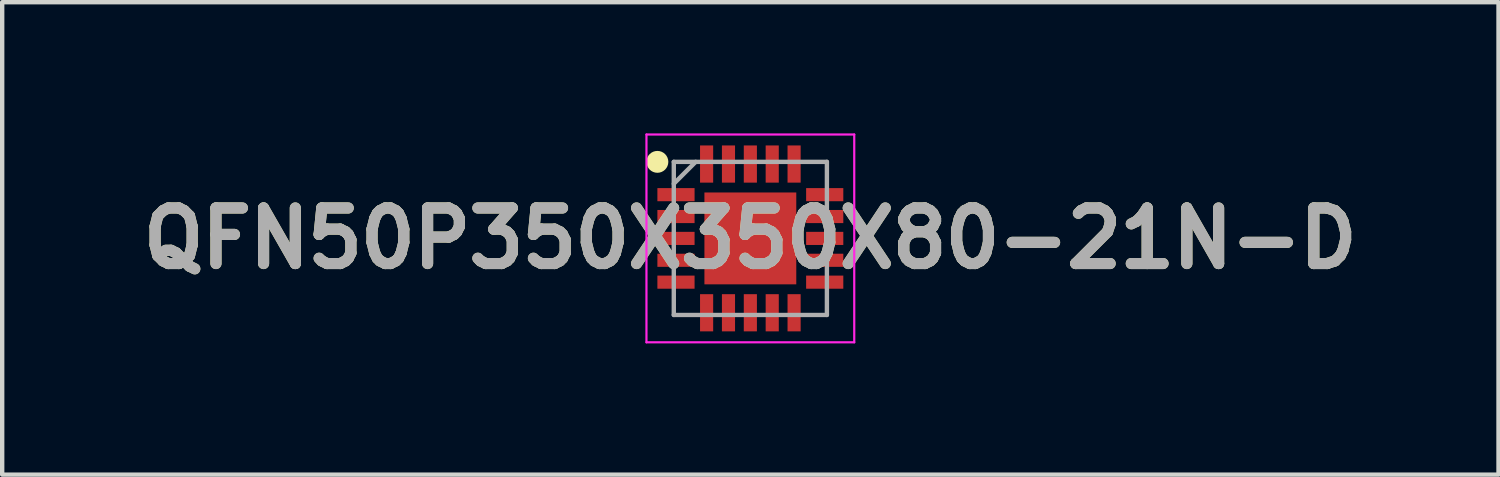
<source format=kicad_pcb>
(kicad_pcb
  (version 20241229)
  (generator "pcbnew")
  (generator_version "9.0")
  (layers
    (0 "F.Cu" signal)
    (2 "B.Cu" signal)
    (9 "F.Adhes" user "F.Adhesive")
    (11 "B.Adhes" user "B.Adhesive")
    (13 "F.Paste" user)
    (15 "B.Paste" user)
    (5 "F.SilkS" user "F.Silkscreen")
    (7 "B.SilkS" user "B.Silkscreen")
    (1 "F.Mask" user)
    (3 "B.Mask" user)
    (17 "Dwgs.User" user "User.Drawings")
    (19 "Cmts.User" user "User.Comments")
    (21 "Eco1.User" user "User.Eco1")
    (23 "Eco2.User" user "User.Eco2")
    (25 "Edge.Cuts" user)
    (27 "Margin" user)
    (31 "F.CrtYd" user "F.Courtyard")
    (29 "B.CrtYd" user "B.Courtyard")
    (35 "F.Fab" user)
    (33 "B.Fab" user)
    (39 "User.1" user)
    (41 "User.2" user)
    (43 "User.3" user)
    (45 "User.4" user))
  (footprint "QFN50P350X350X80-21N-D"
    (layer "F.Cu")
    (at 14.103 2.4)
    (property "Reference" "QFN50P350X350X80-21N-D" (at 0 0 0) (layer "F.SilkS") (effects (font (size 1.27 1.27) (thickness 0.254))))
    (attr smd)
    (fp_circle (center -2.125 -1.75) (end -2.125 -1.625) (stroke (width 0.25) (type solid)) (fill no) (layer "F.SilkS"))
    (fp_line (start -2.375 -2.375) (end 2.375 -2.375) (stroke (width 0.05) (type solid)) (layer "F.CrtYd"))
    (fp_line (start -2.375 2.375) (end -2.375 -2.375) (stroke (width 0.05) (type solid)) (layer "F.CrtYd"))
    (fp_line (start 2.375 -2.375) (end 2.375 2.375) (stroke (width 0.05) (type solid)) (layer "F.CrtYd"))
    (fp_line (start 2.375 2.375) (end -2.375 2.375) (stroke (width 0.05) (type solid)) (layer "F.CrtYd"))
    (fp_line (start -1.75 -1.75) (end 1.75 -1.75) (stroke (width 0.1) (type solid)) (layer "F.Fab"))
    (fp_line (start -1.75 -1.25) (end -1.25 -1.75) (stroke (width 0.1) (type solid)) (layer "F.Fab"))
    (fp_line (start -1.75 1.75) (end -1.75 -1.75) (stroke (width 0.1) (type solid)) (layer "F.Fab"))
    (fp_line (start 1.75 -1.75) (end 1.75 1.75) (stroke (width 0.1) (type solid)) (layer "F.Fab"))
    (fp_line (start 1.75 1.75) (end -1.75 1.75) (stroke (width 0.1) (type solid)) (layer "F.Fab"))
    (fp_text user "${REFERENCE}" (at 0 0 0) (layer "F.Fab") (effects (font (size 1.27 1.27) (thickness 0.254))))
    (pad "1" smd rect (at -1.7 -1 90) (size 0.3 0.85) (layers "F.Cu" "F.Mask" "F.Paste"))
    (pad "2" smd rect (at -1.7 -0.5 90) (size 0.3 0.85) (layers "F.Cu" "F.Mask" "F.Paste"))
    (pad "3" smd rect (at -1.7 0 90) (size 0.3 0.85) (layers "F.Cu" "F.Mask" "F.Paste"))
    (pad "4" smd rect (at -1.7 0.5 90) (size 0.3 0.85) (layers "F.Cu" "F.Mask" "F.Paste"))
    (pad "5" smd rect (at -1.7 1 90) (size 0.3 0.85) (layers "F.Cu" "F.Mask" "F.Paste"))
    (pad "6" smd rect (at -1 1.7) (size 0.3 0.85) (layers "F.Cu" "F.Mask" "F.Paste"))
    (pad "7" smd rect (at -0.5 1.7) (size 0.3 0.85) (layers "F.Cu" "F.Mask" "F.Paste"))
    (pad "8" smd rect (at 0 1.7) (size 0.3 0.85) (layers "F.Cu" "F.Mask" "F.Paste"))
    (pad "9" smd rect (at 0.5 1.7) (size 0.3 0.85) (layers "F.Cu" "F.Mask" "F.Paste"))
    (pad "10" smd rect (at 1 1.7) (size 0.3 0.85) (layers "F.Cu" "F.Mask" "F.Paste"))
    (pad "11" smd rect (at 1.7 1 90) (size 0.3 0.85) (layers "F.Cu" "F.Mask" "F.Paste"))
    (pad "12" smd rect (at 1.7 0.5 90) (size 0.3 0.85) (layers "F.Cu" "F.Mask" "F.Paste"))
    (pad "13" smd rect (at 1.7 0 90) (size 0.3 0.85) (layers "F.Cu" "F.Mask" "F.Paste"))
    (pad "14" smd rect (at 1.7 -0.5 90) (size 0.3 0.85) (layers "F.Cu" "F.Mask" "F.Paste"))
    (pad "15" smd rect (at 1.7 -1 90) (size 0.3 0.85) (layers "F.Cu" "F.Mask" "F.Paste"))
    (pad "16" smd rect (at 1 -1.7) (size 0.3 0.85) (layers "F.Cu" "F.Mask" "F.Paste"))
    (pad "17" smd rect (at 0.5 -1.7) (size 0.3 0.85) (layers "F.Cu" "F.Mask" "F.Paste"))
    (pad "18" smd rect (at 0 -1.7) (size 0.3 0.85) (layers "F.Cu" "F.Mask" "F.Paste"))
    (pad "19" smd rect (at -0.5 -1.7) (size 0.3 0.85) (layers "F.Cu" "F.Mask" "F.Paste"))
    (pad "20" smd rect (at -1 -1.7) (size 0.3 0.85) (layers "F.Cu" "F.Mask" "F.Paste"))
    (pad "21" smd rect (at 0 0) (size 2.1 2.1) (layers "F.Cu" "F.Mask" "F.Paste")))
  (gr_rect
    (start -3 -3)
    (end 31.206 7.8)
    (stroke (width 0.1) (type default))
    (fill no)
    (layer "Edge.Cuts")))
</source>
